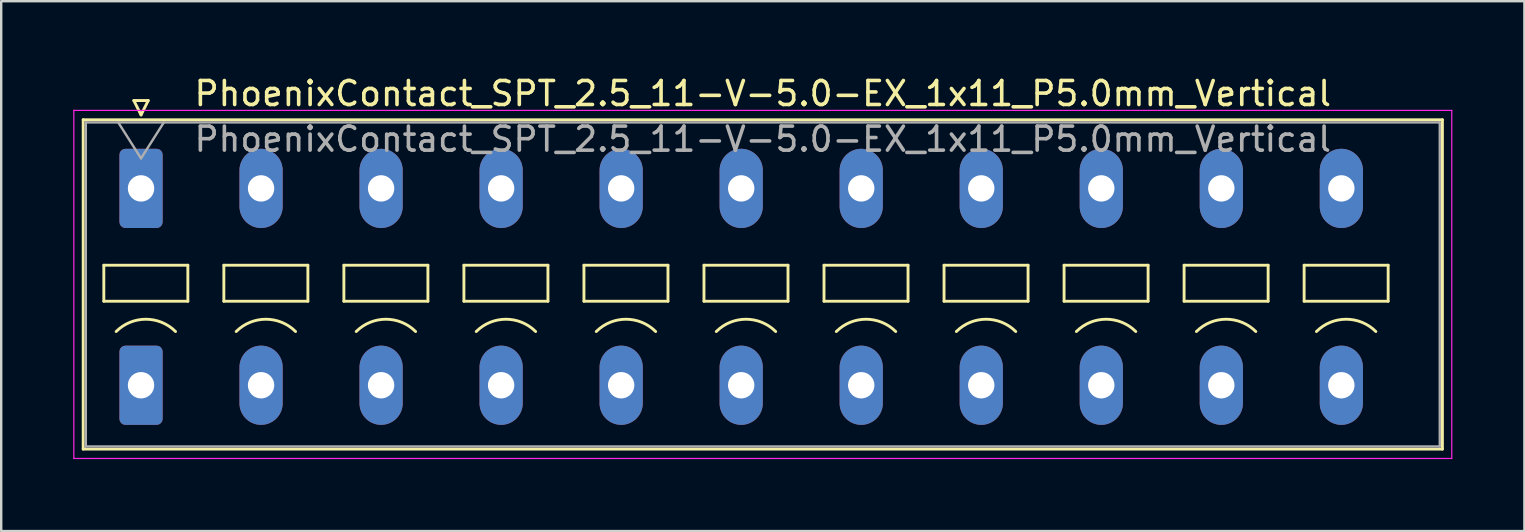
<source format=kicad_pcb>
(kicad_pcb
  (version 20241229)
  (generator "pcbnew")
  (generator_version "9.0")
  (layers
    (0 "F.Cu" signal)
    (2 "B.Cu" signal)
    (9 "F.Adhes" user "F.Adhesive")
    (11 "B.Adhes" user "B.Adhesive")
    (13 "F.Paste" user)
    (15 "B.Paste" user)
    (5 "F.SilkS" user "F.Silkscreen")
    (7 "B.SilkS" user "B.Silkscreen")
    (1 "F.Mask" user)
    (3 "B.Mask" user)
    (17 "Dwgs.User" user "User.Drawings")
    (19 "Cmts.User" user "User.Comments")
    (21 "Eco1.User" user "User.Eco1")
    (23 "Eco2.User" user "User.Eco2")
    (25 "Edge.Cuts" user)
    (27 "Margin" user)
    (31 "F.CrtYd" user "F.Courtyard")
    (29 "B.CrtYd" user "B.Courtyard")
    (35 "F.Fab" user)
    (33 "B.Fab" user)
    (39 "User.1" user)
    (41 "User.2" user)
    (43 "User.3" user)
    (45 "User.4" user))
  (footprint "PhoenixContact_SPT_2.5_11-V-5.0-EX_1x11_P5.0mm_Vertical"
    (layer "F.Cu")
    (at 2.825 4.798)
    (property "Reference" "PhoenixContact_SPT_2.5_11-V-5.0-EX_1x11_P5.0mm_Vertical" (at 25.9 -3.95 0) (layer "F.SilkS") (effects (font (size 1 1) (thickness 0.15))))
    (attr through_hole)
    (fp_line (start -2.41 -2.86) (end 54.21 -2.86) (stroke (width 0.12) (type solid)) (layer "F.SilkS"))
    (fp_line (start -2.41 10.86) (end -2.41 -2.86) (stroke (width 0.12) (type solid)) (layer "F.SilkS"))
    (fp_line (start -1.55 3.2) (end -1.55 4.7) (stroke (width 0.12) (type solid)) (layer "F.SilkS"))
    (fp_line (start -1.55 4.7) (end 1.95 4.7) (stroke (width 0.12) (type solid)) (layer "F.SilkS"))
    (fp_line (start -0.3 -3.66) (end 0 -3.06) (stroke (width 0.12) (type solid)) (layer "F.SilkS"))
    (fp_line (start -0.3 -3.66) (end 0.3 -3.66) (stroke (width 0.12) (type solid)) (layer "F.SilkS"))
    (fp_line (start 0.3 -3.66) (end 0 -3.06) (stroke (width 0.12) (type solid)) (layer "F.SilkS"))
    (fp_line (start 1.95 3.2) (end -1.55 3.2) (stroke (width 0.12) (type solid)) (layer "F.SilkS"))
    (fp_line (start 1.95 4.7) (end 1.95 3.2) (stroke (width 0.12) (type solid)) (layer "F.SilkS"))
    (fp_line (start 3.45 3.2) (end 3.45 4.7) (stroke (width 0.12) (type solid)) (layer "F.SilkS"))
    (fp_line (start 3.45 4.7) (end 6.95 4.7) (stroke (width 0.12) (type solid)) (layer "F.SilkS"))
    (fp_line (start 6.95 3.2) (end 3.45 3.2) (stroke (width 0.12) (type solid)) (layer "F.SilkS"))
    (fp_line (start 6.95 4.7) (end 6.95 3.2) (stroke (width 0.12) (type solid)) (layer "F.SilkS"))
    (fp_line (start 8.45 3.2) (end 8.45 4.7) (stroke (width 0.12) (type solid)) (layer "F.SilkS"))
    (fp_line (start 8.45 4.7) (end 11.95 4.7) (stroke (width 0.12) (type solid)) (layer "F.SilkS"))
    (fp_line (start 11.95 3.2) (end 8.45 3.2) (stroke (width 0.12) (type solid)) (layer "F.SilkS"))
    (fp_line (start 11.95 4.7) (end 11.95 3.2) (stroke (width 0.12) (type solid)) (layer "F.SilkS"))
    (fp_line (start 13.45 3.2) (end 13.45 4.7) (stroke (width 0.12) (type solid)) (layer "F.SilkS"))
    (fp_line (start 13.45 4.7) (end 16.95 4.7) (stroke (width 0.12) (type solid)) (layer "F.SilkS"))
    (fp_line (start 16.95 3.2) (end 13.45 3.2) (stroke (width 0.12) (type solid)) (layer "F.SilkS"))
    (fp_line (start 16.95 4.7) (end 16.95 3.2) (stroke (width 0.12) (type solid)) (layer "F.SilkS"))
    (fp_line (start 18.45 3.2) (end 18.45 4.7) (stroke (width 0.12) (type solid)) (layer "F.SilkS"))
    (fp_line (start 18.45 4.7) (end 21.95 4.7) (stroke (width 0.12) (type solid)) (layer "F.SilkS"))
    (fp_line (start 21.95 3.2) (end 18.45 3.2) (stroke (width 0.12) (type solid)) (layer "F.SilkS"))
    (fp_line (start 21.95 4.7) (end 21.95 3.2) (stroke (width 0.12) (type solid)) (layer "F.SilkS"))
    (fp_line (start 23.45 3.2) (end 23.45 4.7) (stroke (width 0.12) (type solid)) (layer "F.SilkS"))
    (fp_line (start 23.45 4.7) (end 26.95 4.7) (stroke (width 0.12) (type solid)) (layer "F.SilkS"))
    (fp_line (start 26.95 3.2) (end 23.45 3.2) (stroke (width 0.12) (type solid)) (layer "F.SilkS"))
    (fp_line (start 26.95 4.7) (end 26.95 3.2) (stroke (width 0.12) (type solid)) (layer "F.SilkS"))
    (fp_line (start 28.45 3.2) (end 28.45 4.7) (stroke (width 0.12) (type solid)) (layer "F.SilkS"))
    (fp_line (start 28.45 4.7) (end 31.95 4.7) (stroke (width 0.12) (type solid)) (layer "F.SilkS"))
    (fp_line (start 31.95 3.2) (end 28.45 3.2) (stroke (width 0.12) (type solid)) (layer "F.SilkS"))
    (fp_line (start 31.95 4.7) (end 31.95 3.2) (stroke (width 0.12) (type solid)) (layer "F.SilkS"))
    (fp_line (start 33.45 3.2) (end 33.45 4.7) (stroke (width 0.12) (type solid)) (layer "F.SilkS"))
    (fp_line (start 33.45 4.7) (end 36.95 4.7) (stroke (width 0.12) (type solid)) (layer "F.SilkS"))
    (fp_line (start 36.95 3.2) (end 33.45 3.2) (stroke (width 0.12) (type solid)) (layer "F.SilkS"))
    (fp_line (start 36.95 4.7) (end 36.95 3.2) (stroke (width 0.12) (type solid)) (layer "F.SilkS"))
    (fp_line (start 38.45 3.2) (end 38.45 4.7) (stroke (width 0.12) (type solid)) (layer "F.SilkS"))
    (fp_line (start 38.45 4.7) (end 41.95 4.7) (stroke (width 0.12) (type solid)) (layer "F.SilkS"))
    (fp_line (start 41.95 3.2) (end 38.45 3.2) (stroke (width 0.12) (type solid)) (layer "F.SilkS"))
    (fp_line (start 41.95 4.7) (end 41.95 3.2) (stroke (width 0.12) (type solid)) (layer "F.SilkS"))
    (fp_line (start 43.45 3.2) (end 43.45 4.7) (stroke (width 0.12) (type solid)) (layer "F.SilkS"))
    (fp_line (start 43.45 4.7) (end 46.95 4.7) (stroke (width 0.12) (type solid)) (layer "F.SilkS"))
    (fp_line (start 46.95 3.2) (end 43.45 3.2) (stroke (width 0.12) (type solid)) (layer "F.SilkS"))
    (fp_line (start 46.95 4.7) (end 46.95 3.2) (stroke (width 0.12) (type solid)) (layer "F.SilkS"))
    (fp_line (start 48.45 3.2) (end 48.45 4.7) (stroke (width 0.12) (type solid)) (layer "F.SilkS"))
    (fp_line (start 48.45 4.7) (end 51.95 4.7) (stroke (width 0.12) (type solid)) (layer "F.SilkS"))
    (fp_line (start 51.95 3.2) (end 48.45 3.2) (stroke (width 0.12) (type solid)) (layer "F.SilkS"))
    (fp_line (start 51.95 4.7) (end 51.95 3.2) (stroke (width 0.12) (type solid)) (layer "F.SilkS"))
    (fp_line (start 54.21 -2.86) (end 54.21 10.86) (stroke (width 0.12) (type solid)) (layer "F.SilkS"))
    (fp_line (start 54.21 10.86) (end -2.41 10.86) (stroke (width 0.12) (type solid)) (layer "F.SilkS"))
    (fp_arc (start -1.037437 5.962563) (mid 0.2 5.45) (end 1.437437 5.962563) (stroke (width 0.12) (type solid)) (layer "F.SilkS"))
    (fp_arc (start 3.962563 5.962563) (mid 5.2 5.45) (end 6.437437 5.962563) (stroke (width 0.12) (type solid)) (layer "F.SilkS"))
    (fp_arc (start 8.962563 5.962563) (mid 10.2 5.45) (end 11.437437 5.962563) (stroke (width 0.12) (type solid)) (layer "F.SilkS"))
    (fp_arc (start 13.962563 5.962563) (mid 15.2 5.45) (end 16.437437 5.962563) (stroke (width 0.12) (type solid)) (layer "F.SilkS"))
    (fp_arc (start 18.962563 5.962563) (mid 20.2 5.45) (end 21.437437 5.962563) (stroke (width 0.12) (type solid)) (layer "F.SilkS"))
    (fp_arc (start 23.962563 5.962563) (mid 25.2 5.45) (end 26.437437 5.962563) (stroke (width 0.12) (type solid)) (layer "F.SilkS"))
    (fp_arc (start 28.962563 5.962563) (mid 30.2 5.45) (end 31.437437 5.962563) (stroke (width 0.12) (type solid)) (layer "F.SilkS"))
    (fp_arc (start 33.962563 5.962563) (mid 35.2 5.45) (end 36.437437 5.962563) (stroke (width 0.12) (type solid)) (layer "F.SilkS"))
    (fp_arc (start 38.962563 5.962563) (mid 40.2 5.45) (end 41.437437 5.962563) (stroke (width 0.12) (type solid)) (layer "F.SilkS"))
    (fp_arc (start 43.962563 5.962563) (mid 45.2 5.45) (end 46.437437 5.962563) (stroke (width 0.12) (type solid)) (layer "F.SilkS"))
    (fp_arc (start 48.962563 5.962563) (mid 50.2 5.45) (end 51.437437 5.962563) (stroke (width 0.12) (type solid)) (layer "F.SilkS"))
    (fp_line (start -2.8 -3.25) (end -2.8 11.25) (stroke (width 0.05) (type solid)) (layer "F.CrtYd"))
    (fp_line (start -2.8 11.25) (end 54.6 11.25) (stroke (width 0.05) (type solid)) (layer "F.CrtYd"))
    (fp_line (start 54.6 -3.25) (end -2.8 -3.25) (stroke (width 0.05) (type solid)) (layer "F.CrtYd"))
    (fp_line (start 54.6 11.25) (end 54.6 -3.25) (stroke (width 0.05) (type solid)) (layer "F.CrtYd"))
    (fp_line (start -2.3 -2.75) (end -2.3 10.75) (stroke (width 0.1) (type solid)) (layer "F.Fab"))
    (fp_line (start -2.3 10.75) (end 54.1 10.75) (stroke (width 0.1) (type solid)) (layer "F.Fab"))
    (fp_line (start -0.95 -2.75) (end 0 -1.25) (stroke (width 0.1) (type solid)) (layer "F.Fab"))
    (fp_line (start 0.95 -2.75) (end 0 -1.25) (stroke (width 0.1) (type solid)) (layer "F.Fab"))
    (fp_line (start 54.1 -2.75) (end -2.3 -2.75) (stroke (width 0.1) (type solid)) (layer "F.Fab"))
    (fp_line (start 54.1 10.75) (end 54.1 -2.75) (stroke (width 0.1) (type solid)) (layer "F.Fab"))
    (fp_text user "${REFERENCE}" (at 25.9 -2.05 0) (layer "F.Fab") (effects (font (size 1 1) (thickness 0.15))))
    (pad "1" thru_hole roundrect (at 0 0) (size 1.8 3.3) (drill 1.1) (layers "*.Cu" "*.Mask") (roundrect_rratio 0.139))
    (pad "1" thru_hole roundrect (at 0 8.2) (size 1.8 3.3) (drill 1.1) (layers "*.Cu" "*.Mask") (roundrect_rratio 0.139))
    (pad "2" thru_hole oval (at 5 0) (size 1.8 3.3) (drill 1.1) (layers "*.Cu" "*.Mask"))
    (pad "2" thru_hole oval (at 5 8.2) (size 1.8 3.3) (drill 1.1) (layers "*.Cu" "*.Mask"))
    (pad "3" thru_hole oval (at 10 0) (size 1.8 3.3) (drill 1.1) (layers "*.Cu" "*.Mask"))
    (pad "3" thru_hole oval (at 10 8.2) (size 1.8 3.3) (drill 1.1) (layers "*.Cu" "*.Mask"))
    (pad "4" thru_hole oval (at 15 0) (size 1.8 3.3) (drill 1.1) (layers "*.Cu" "*.Mask"))
    (pad "4" thru_hole oval (at 15 8.2) (size 1.8 3.3) (drill 1.1) (layers "*.Cu" "*.Mask"))
    (pad "5" thru_hole oval (at 20 0) (size 1.8 3.3) (drill 1.1) (layers "*.Cu" "*.Mask"))
    (pad "5" thru_hole oval (at 20 8.2) (size 1.8 3.3) (drill 1.1) (layers "*.Cu" "*.Mask"))
    (pad "6" thru_hole oval (at 25 0) (size 1.8 3.3) (drill 1.1) (layers "*.Cu" "*.Mask"))
    (pad "6" thru_hole oval (at 25 8.2) (size 1.8 3.3) (drill 1.1) (layers "*.Cu" "*.Mask"))
    (pad "7" thru_hole oval (at 30 0) (size 1.8 3.3) (drill 1.1) (layers "*.Cu" "*.Mask"))
    (pad "7" thru_hole oval (at 30 8.2) (size 1.8 3.3) (drill 1.1) (layers "*.Cu" "*.Mask"))
    (pad "8" thru_hole oval (at 35 0) (size 1.8 3.3) (drill 1.1) (layers "*.Cu" "*.Mask"))
    (pad "8" thru_hole oval (at 35 8.2) (size 1.8 3.3) (drill 1.1) (layers "*.Cu" "*.Mask"))
    (pad "9" thru_hole oval (at 40 0) (size 1.8 3.3) (drill 1.1) (layers "*.Cu" "*.Mask"))
    (pad "9" thru_hole oval (at 40 8.2) (size 1.8 3.3) (drill 1.1) (layers "*.Cu" "*.Mask"))
    (pad "10" thru_hole oval (at 45 0) (size 1.8 3.3) (drill 1.1) (layers "*.Cu" "*.Mask"))
    (pad "10" thru_hole oval (at 45 8.2) (size 1.8 3.3) (drill 1.1) (layers "*.Cu" "*.Mask"))
    (pad "11" thru_hole oval (at 50 0) (size 1.8 3.3) (drill 1.1) (layers "*.Cu" "*.Mask"))
    (pad "11" thru_hole oval (at 50 8.2) (size 1.8 3.3) (drill 1.1) (layers "*.Cu" "*.Mask")))
  (gr_rect
    (start -3 -3)
    (end 60.45 19.073)
    (stroke (width 0.1) (type default))
    (fill no)
    (layer "Edge.Cuts")))
</source>
